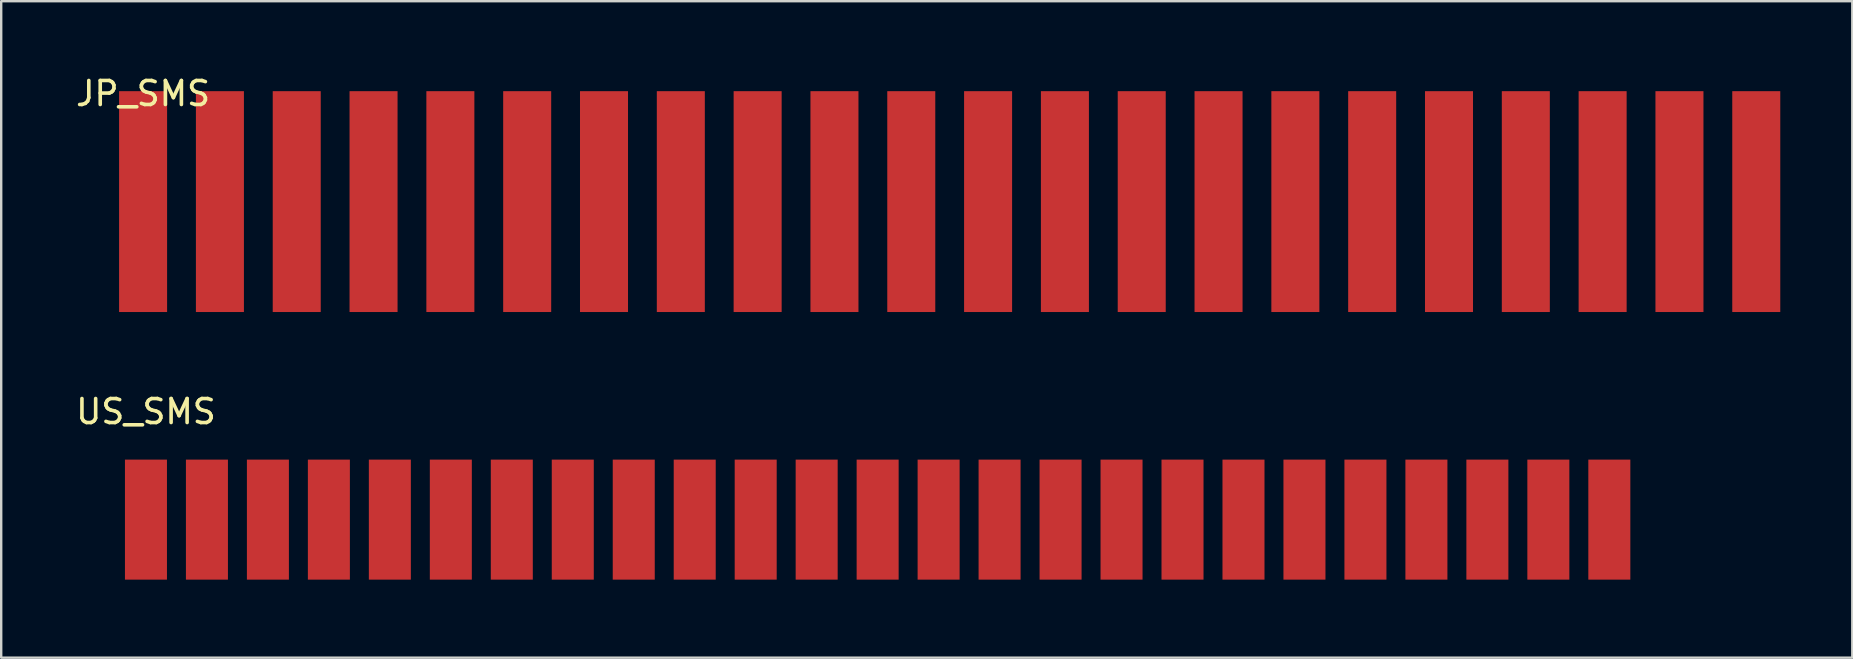
<source format=kicad_pcb>
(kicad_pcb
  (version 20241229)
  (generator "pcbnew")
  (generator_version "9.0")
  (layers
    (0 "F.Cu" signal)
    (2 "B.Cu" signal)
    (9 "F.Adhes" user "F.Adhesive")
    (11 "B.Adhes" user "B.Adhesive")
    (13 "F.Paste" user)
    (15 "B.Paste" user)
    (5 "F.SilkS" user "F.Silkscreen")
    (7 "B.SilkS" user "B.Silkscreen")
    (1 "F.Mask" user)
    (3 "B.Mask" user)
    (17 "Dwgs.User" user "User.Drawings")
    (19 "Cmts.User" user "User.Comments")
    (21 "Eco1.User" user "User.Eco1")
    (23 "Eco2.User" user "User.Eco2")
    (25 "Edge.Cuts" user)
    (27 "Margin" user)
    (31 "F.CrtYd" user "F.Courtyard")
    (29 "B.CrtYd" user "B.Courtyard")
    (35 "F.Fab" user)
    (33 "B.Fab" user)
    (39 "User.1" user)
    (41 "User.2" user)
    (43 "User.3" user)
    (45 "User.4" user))
  (footprint "JP_SMS"
    (layer "F.Cu")
    (at 1.911 9.998)
    (property "Reference" "JP_SMS" (at 1 -9.15 0) (layer "F.SilkS") (effects (font (size 1 1) (thickness 0.15))))
    (attr through_hole)
    (pad "1" smd rect (at 1 -4.65) (size 2 9.2) (layers "F.Cu" "F.Mask" "F.Paste"))
    (pad "2" smd rect (at 4.2 -4.65) (size 2 9.2) (layers "F.Cu" "F.Mask" "F.Paste"))
    (pad "3" smd rect (at 7.4 -4.65) (size 2 9.2) (layers "F.Cu" "F.Mask" "F.Paste"))
    (pad "4" smd rect (at 10.6 -4.65) (size 2 9.2) (layers "F.Cu" "F.Mask" "F.Paste"))
    (pad "5" smd rect (at 13.8 -4.65) (size 2 9.2) (layers "F.Cu" "F.Mask" "F.Paste"))
    (pad "6" smd rect (at 17 -4.65) (size 2 9.2) (layers "F.Cu" "F.Mask" "F.Paste"))
    (pad "7" smd rect (at 20.2 -4.65) (size 2 9.2) (layers "F.Cu" "F.Mask" "F.Paste"))
    (pad "8" smd rect (at 23.4 -4.65) (size 2 9.2) (layers "F.Cu" "F.Mask" "F.Paste"))
    (pad "9" smd rect (at 26.6 -4.65) (size 2 9.2) (layers "F.Cu" "F.Mask" "F.Paste"))
    (pad "10" smd rect (at 29.8 -4.65) (size 2 9.2) (layers "F.Cu" "F.Mask" "F.Paste"))
    (pad "11" smd rect (at 33 -4.65) (size 2 9.2) (layers "F.Cu" "F.Mask" "F.Paste"))
    (pad "12" smd rect (at 36.2 -4.65) (size 2 9.2) (layers "F.Cu" "F.Mask" "F.Paste"))
    (pad "13" smd rect (at 39.4 -4.65) (size 2 9.2) (layers "F.Cu" "F.Mask" "F.Paste"))
    (pad "14" smd rect (at 42.6 -4.65) (size 2 9.2) (layers "F.Cu" "F.Mask" "F.Paste"))
    (pad "15" smd rect (at 45.8 -4.65) (size 2 9.2) (layers "F.Cu" "F.Mask" "F.Paste"))
    (pad "16" smd rect (at 49 -4.65) (size 2 9.2) (layers "F.Cu" "F.Mask" "F.Paste"))
    (pad "17" smd rect (at 52.2 -4.65) (size 2 9.2) (layers "F.Cu" "F.Mask" "F.Paste"))
    (pad "18" smd rect (at 55.4 -4.65) (size 2 9.2) (layers "F.Cu" "F.Mask" "F.Paste"))
    (pad "19" smd rect (at 58.6 -4.65) (size 2 9.2) (layers "F.Cu" "F.Mask" "F.Paste"))
    (pad "20" smd rect (at 61.8 -4.65) (size 2 9.2) (layers "F.Cu" "F.Mask" "F.Paste"))
    (pad "21" smd rect (at 65 -4.65) (size 2 9.2) (layers "F.Cu" "F.Mask" "F.Paste"))
    (pad "22" smd rect (at 68.2 -4.65) (size 2 9.2) (layers "F.Cu" "F.Mask" "F.Paste")))
  (footprint "US_SMS"
    (layer "F.Cu")
    (at 2.155 21.096)
    (property "Reference" "US_SMS" (at 0.875 -7 0) (layer "F.SilkS") (effects (font (size 1 1) (thickness 0.15))))
    (attr through_hole)
    (pad "1" smd rect (at 0.875 -2.5) (size 1.75 5) (layers "F.Cu" "F.Mask" "F.Paste"))
    (pad "2" smd rect (at 3.415 -2.5) (size 1.75 5) (layers "F.Cu" "F.Mask" "F.Paste"))
    (pad "3" smd rect (at 5.955 -2.5) (size 1.75 5) (layers "F.Cu" "F.Mask" "F.Paste"))
    (pad "4" smd rect (at 8.495 -2.5) (size 1.75 5) (layers "F.Cu" "F.Mask" "F.Paste"))
    (pad "5" smd rect (at 11.035 -2.5) (size 1.75 5) (layers "F.Cu" "F.Mask" "F.Paste"))
    (pad "6" smd rect (at 13.575 -2.5) (size 1.75 5) (layers "F.Cu" "F.Mask" "F.Paste"))
    (pad "7" smd rect (at 16.115 -2.5) (size 1.75 5) (layers "F.Cu" "F.Mask" "F.Paste"))
    (pad "8" smd rect (at 18.655 -2.5) (size 1.75 5) (layers "F.Cu" "F.Mask" "F.Paste"))
    (pad "9" smd rect (at 21.195 -2.5) (size 1.75 5) (layers "F.Cu" "F.Mask" "F.Paste"))
    (pad "10" smd rect (at 23.735 -2.5) (size 1.75 5) (layers "F.Cu" "F.Mask" "F.Paste"))
    (pad "11" smd rect (at 26.275 -2.5) (size 1.75 5) (layers "F.Cu" "F.Mask" "F.Paste"))
    (pad "12" smd rect (at 28.815 -2.5) (size 1.75 5) (layers "F.Cu" "F.Mask" "F.Paste"))
    (pad "13" smd rect (at 31.355 -2.5) (size 1.75 5) (layers "F.Cu" "F.Mask" "F.Paste"))
    (pad "14" smd rect (at 33.895 -2.5) (size 1.75 5) (layers "F.Cu" "F.Mask" "F.Paste"))
    (pad "15" smd rect (at 36.435 -2.5) (size 1.75 5) (layers "F.Cu" "F.Mask" "F.Paste"))
    (pad "16" smd rect (at 38.975 -2.5) (size 1.75 5) (layers "F.Cu" "F.Mask" "F.Paste"))
    (pad "17" smd rect (at 41.515 -2.5) (size 1.75 5) (layers "F.Cu" "F.Mask" "F.Paste"))
    (pad "18" smd rect (at 44.055 -2.5) (size 1.75 5) (layers "F.Cu" "F.Mask" "F.Paste"))
    (pad "19" smd rect (at 46.595 -2.5) (size 1.75 5) (layers "F.Cu" "F.Mask" "F.Paste"))
    (pad "20" smd rect (at 49.135 -2.5) (size 1.75 5) (layers "F.Cu" "F.Mask" "F.Paste"))
    (pad "21" smd rect (at 51.675 -2.5) (size 1.75 5) (layers "F.Cu" "F.Mask" "F.Paste"))
    (pad "22" smd rect (at 54.215 -2.5) (size 1.75 5) (layers "F.Cu" "F.Mask" "F.Paste"))
    (pad "23" smd rect (at 56.755 -2.5) (size 1.75 5) (layers "F.Cu" "F.Mask" "F.Paste"))
    (pad "24" smd rect (at 59.295 -2.5) (size 1.75 5) (layers "F.Cu" "F.Mask" "F.Paste"))
    (pad "25" smd rect (at 61.835 -2.5) (size 1.75 5) (layers "F.Cu" "F.Mask" "F.Paste")))
  (gr_rect
    (start -3 -3)
    (end 74.111 24.346)
    (stroke (width 0.1) (type default))
    (fill no)
    (layer "Edge.Cuts")))
</source>
